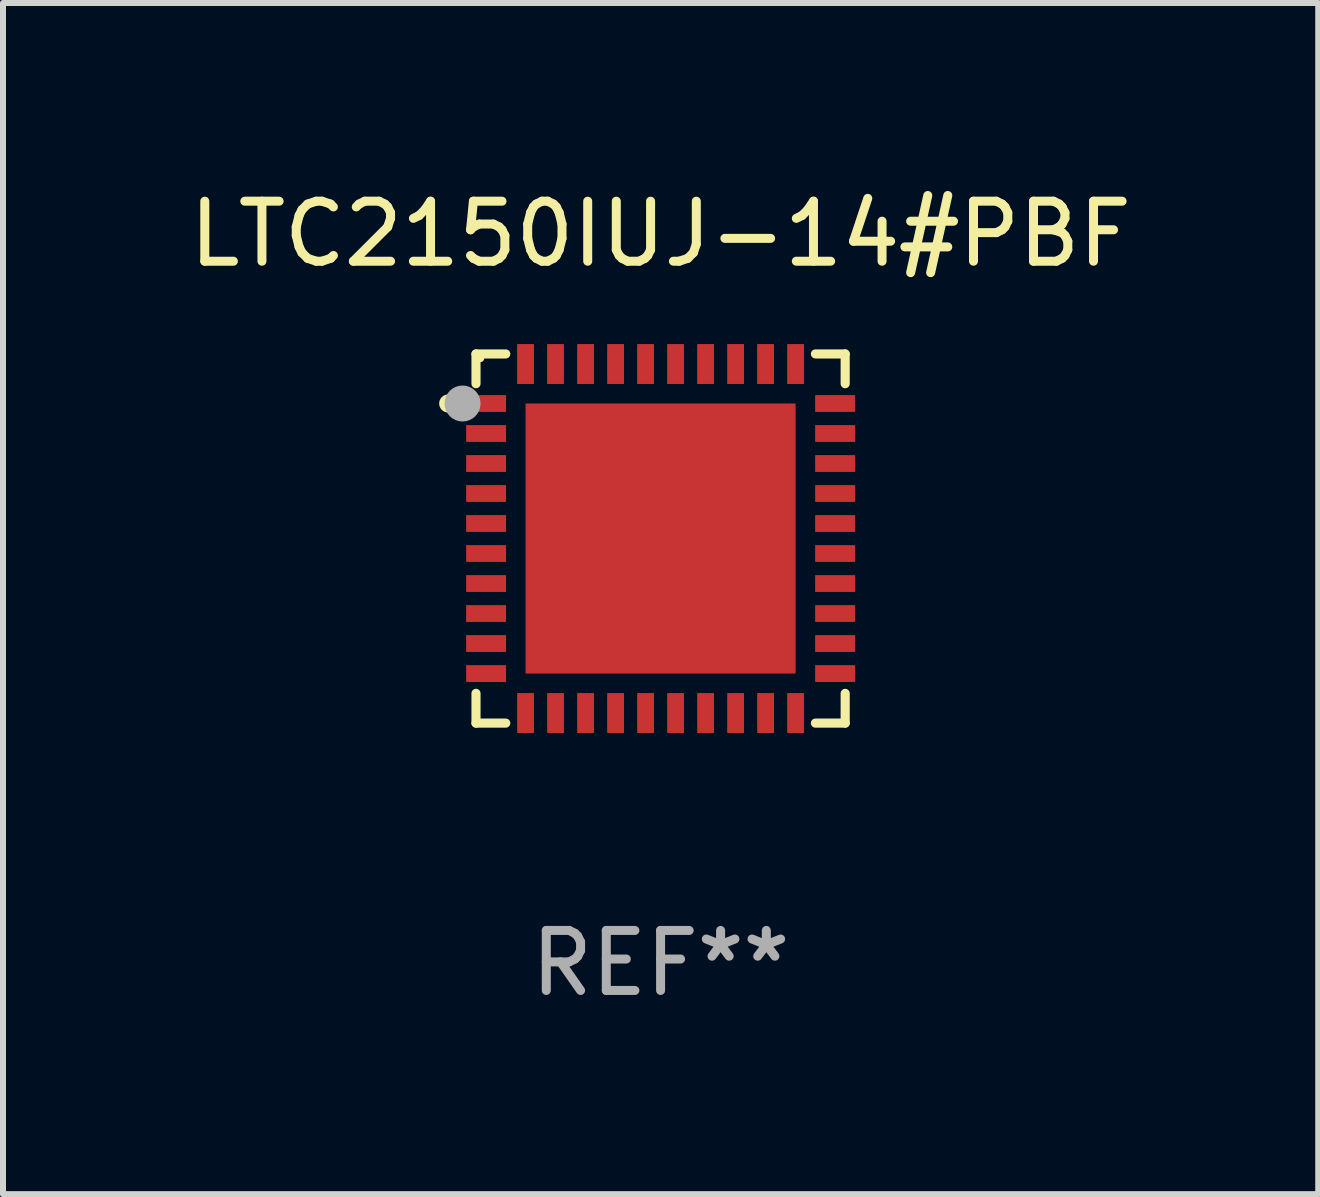
<source format=kicad_pcb>
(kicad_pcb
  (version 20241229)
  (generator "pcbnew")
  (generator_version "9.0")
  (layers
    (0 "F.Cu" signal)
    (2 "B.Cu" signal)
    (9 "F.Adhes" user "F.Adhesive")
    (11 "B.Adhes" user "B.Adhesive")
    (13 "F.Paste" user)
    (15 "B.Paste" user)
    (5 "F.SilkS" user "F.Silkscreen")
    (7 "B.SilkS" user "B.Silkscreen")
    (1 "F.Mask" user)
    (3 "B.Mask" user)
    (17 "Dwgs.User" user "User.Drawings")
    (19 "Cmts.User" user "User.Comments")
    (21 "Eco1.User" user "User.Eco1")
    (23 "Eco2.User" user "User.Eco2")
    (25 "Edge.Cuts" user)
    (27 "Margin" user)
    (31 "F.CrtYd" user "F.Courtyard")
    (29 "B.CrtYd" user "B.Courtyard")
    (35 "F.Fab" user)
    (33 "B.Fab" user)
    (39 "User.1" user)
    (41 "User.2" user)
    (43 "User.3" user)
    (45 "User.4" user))
  (footprint "LTC2150IUJ-14#PBF"
    (layer "F.Cu")
    (at 7.958 5.924)
    (property "Reference" "LTC2150IUJ-14#PBF" (at 0 -5.076 0) (layer "F.SilkS") (effects (font (size 1 1) (thickness 0.15))))
    (attr through_hole)
    (fp_line (start -3.076 -3.076) (end -3.076 -2.58) (stroke (width 0.152) (type solid)) (layer "F.SilkS"))
    (fp_line (start -3.076 3.076) (end -3.076 2.58) (stroke (width 0.152) (type solid)) (layer "F.SilkS"))
    (fp_line (start -2.58 -3.076) (end -3.076 -3.076) (stroke (width 0.152) (type solid)) (layer "F.SilkS"))
    (fp_line (start -2.58 3.076) (end -3.076 3.076) (stroke (width 0.152) (type solid)) (layer "F.SilkS"))
    (fp_line (start 2.58 -3.076) (end 3.076 -3.076) (stroke (width 0.152) (type solid)) (layer "F.SilkS"))
    (fp_line (start 2.58 3.076) (end 3.076 3.076) (stroke (width 0.152) (type solid)) (layer "F.SilkS"))
    (fp_line (start 3.076 -3.076) (end 3.076 -2.58) (stroke (width 0.152) (type solid)) (layer "F.SilkS"))
    (fp_line (start 3.076 3.076) (end 3.076 2.58) (stroke (width 0.152) (type solid)) (layer "F.SilkS"))
    (fp_circle (center -3.54 -2.25) (end -3.465 -2.25) (stroke (width 0.15) (type solid)) (fill no) (layer "F.SilkS"))
    (fp_circle (center -3 -3) (end -2.97 -3) (stroke (width 0.06) (type solid)) (fill no) (layer "F.SilkS"))
    (fp_circle (center -3.3 -2.25) (end -3.15 -2.25) (stroke (width 0.3) (type solid)) (fill no) (layer "F.Fab"))
    (fp_text user "REF**" (at 0 7.076 0) (layer "F.Fab") (effects (font (size 1 1) (thickness 0.15))))
    (pad "1" smd rect (at -2.908 -2.25) (size 0.665 0.28) (layers "F.Cu" "F.Mask" "F.Paste"))
    (pad "2" smd rect (at -2.908 -1.75) (size 0.665 0.28) (layers "F.Cu" "F.Mask" "F.Paste"))
    (pad "3" smd rect (at -2.908 -1.25) (size 0.665 0.28) (layers "F.Cu" "F.Mask" "F.Paste"))
    (pad "4" smd rect (at -2.908 -0.75) (size 0.665 0.28) (layers "F.Cu" "F.Mask" "F.Paste"))
    (pad "5" smd rect (at -2.908 -0.25) (size 0.665 0.28) (layers "F.Cu" "F.Mask" "F.Paste"))
    (pad "6" smd rect (at -2.908 0.25) (size 0.665 0.28) (layers "F.Cu" "F.Mask" "F.Paste"))
    (pad "7" smd rect (at -2.908 0.75) (size 0.665 0.28) (layers "F.Cu" "F.Mask" "F.Paste"))
    (pad "8" smd rect (at -2.908 1.25) (size 0.665 0.28) (layers "F.Cu" "F.Mask" "F.Paste"))
    (pad "9" smd rect (at -2.908 1.75) (size 0.665 0.28) (layers "F.Cu" "F.Mask" "F.Paste"))
    (pad "10" smd rect (at -2.908 2.25) (size 0.665 0.28) (layers "F.Cu" "F.Mask" "F.Paste"))
    (pad "11" smd rect (at -2.25 2.908) (size 0.28 0.665) (layers "F.Cu" "F.Mask" "F.Paste"))
    (pad "12" smd rect (at -1.75 2.908) (size 0.28 0.665) (layers "F.Cu" "F.Mask" "F.Paste"))
    (pad "13" smd rect (at -1.25 2.908) (size 0.28 0.665) (layers "F.Cu" "F.Mask" "F.Paste"))
    (pad "14" smd rect (at -0.75 2.908) (size 0.28 0.665) (layers "F.Cu" "F.Mask" "F.Paste"))
    (pad "15" smd rect (at -0.25 2.908) (size 0.28 0.665) (layers "F.Cu" "F.Mask" "F.Paste"))
    (pad "16" smd rect (at 0.25 2.908) (size 0.28 0.665) (layers "F.Cu" "F.Mask" "F.Paste"))
    (pad "17" smd rect (at 0.75 2.908) (size 0.28 0.665) (layers "F.Cu" "F.Mask" "F.Paste"))
    (pad "18" smd rect (at 1.25 2.908) (size 0.28 0.665) (layers "F.Cu" "F.Mask" "F.Paste"))
    (pad "19" smd rect (at 1.75 2.908) (size 0.28 0.665) (layers "F.Cu" "F.Mask" "F.Paste"))
    (pad "20" smd rect (at 2.25 2.908) (size 0.28 0.665) (layers "F.Cu" "F.Mask" "F.Paste"))
    (pad "21" smd rect (at 2.908 2.25) (size 0.665 0.28) (layers "F.Cu" "F.Mask" "F.Paste"))
    (pad "22" smd rect (at 2.908 1.75) (size 0.665 0.28) (layers "F.Cu" "F.Mask" "F.Paste"))
    (pad "23" smd rect (at 2.908 1.25) (size 0.665 0.28) (layers "F.Cu" "F.Mask" "F.Paste"))
    (pad "24" smd rect (at 2.908 0.75) (size 0.665 0.28) (layers "F.Cu" "F.Mask" "F.Paste"))
    (pad "25" smd rect (at 2.908 0.25) (size 0.665 0.28) (layers "F.Cu" "F.Mask" "F.Paste"))
    (pad "26" smd rect (at 2.908 -0.25) (size 0.665 0.28) (layers "F.Cu" "F.Mask" "F.Paste"))
    (pad "27" smd rect (at 2.908 -0.75) (size 0.665 0.28) (layers "F.Cu" "F.Mask" "F.Paste"))
    (pad "28" smd rect (at 2.908 -1.25) (size 0.665 0.28) (layers "F.Cu" "F.Mask" "F.Paste"))
    (pad "29" smd rect (at 2.908 -1.75) (size 0.665 0.28) (layers "F.Cu" "F.Mask" "F.Paste"))
    (pad "30" smd rect (at 2.908 -2.25) (size 0.665 0.28) (layers "F.Cu" "F.Mask" "F.Paste"))
    (pad "31" smd rect (at 2.25 -2.908) (size 0.28 0.665) (layers "F.Cu" "F.Mask" "F.Paste"))
    (pad "32" smd rect (at 1.75 -2.908) (size 0.28 0.665) (layers "F.Cu" "F.Mask" "F.Paste"))
    (pad "33" smd rect (at 1.25 -2.908) (size 0.28 0.665) (layers "F.Cu" "F.Mask" "F.Paste"))
    (pad "34" smd rect (at 0.75 -2.908) (size 0.28 0.665) (layers "F.Cu" "F.Mask" "F.Paste"))
    (pad "35" smd rect (at 0.25 -2.908) (size 0.28 0.665) (layers "F.Cu" "F.Mask" "F.Paste"))
    (pad "36" smd rect (at -0.25 -2.908) (size 0.28 0.665) (layers "F.Cu" "F.Mask" "F.Paste"))
    (pad "37" smd rect (at -0.75 -2.908) (size 0.28 0.665) (layers "F.Cu" "F.Mask" "F.Paste"))
    (pad "38" smd rect (at -1.25 -2.908) (size 0.28 0.665) (layers "F.Cu" "F.Mask" "F.Paste"))
    (pad "39" smd rect (at -1.75 -2.908) (size 0.28 0.665) (layers "F.Cu" "F.Mask" "F.Paste"))
    (pad "40" smd rect (at -2.25 -2.908) (size 0.28 0.665) (layers "F.Cu" "F.Mask" "F.Paste"))
    (pad "41" smd rect (at 0 0) (size 4.5 4.5) (layers "F.Cu" "F.Mask" "F.Paste")))
  (gr_rect
    (start -3 -3)
    (end 18.917 16.849)
    (stroke (width 0.1) (type default))
    (fill no)
    (layer "Edge.Cuts")))
</source>
